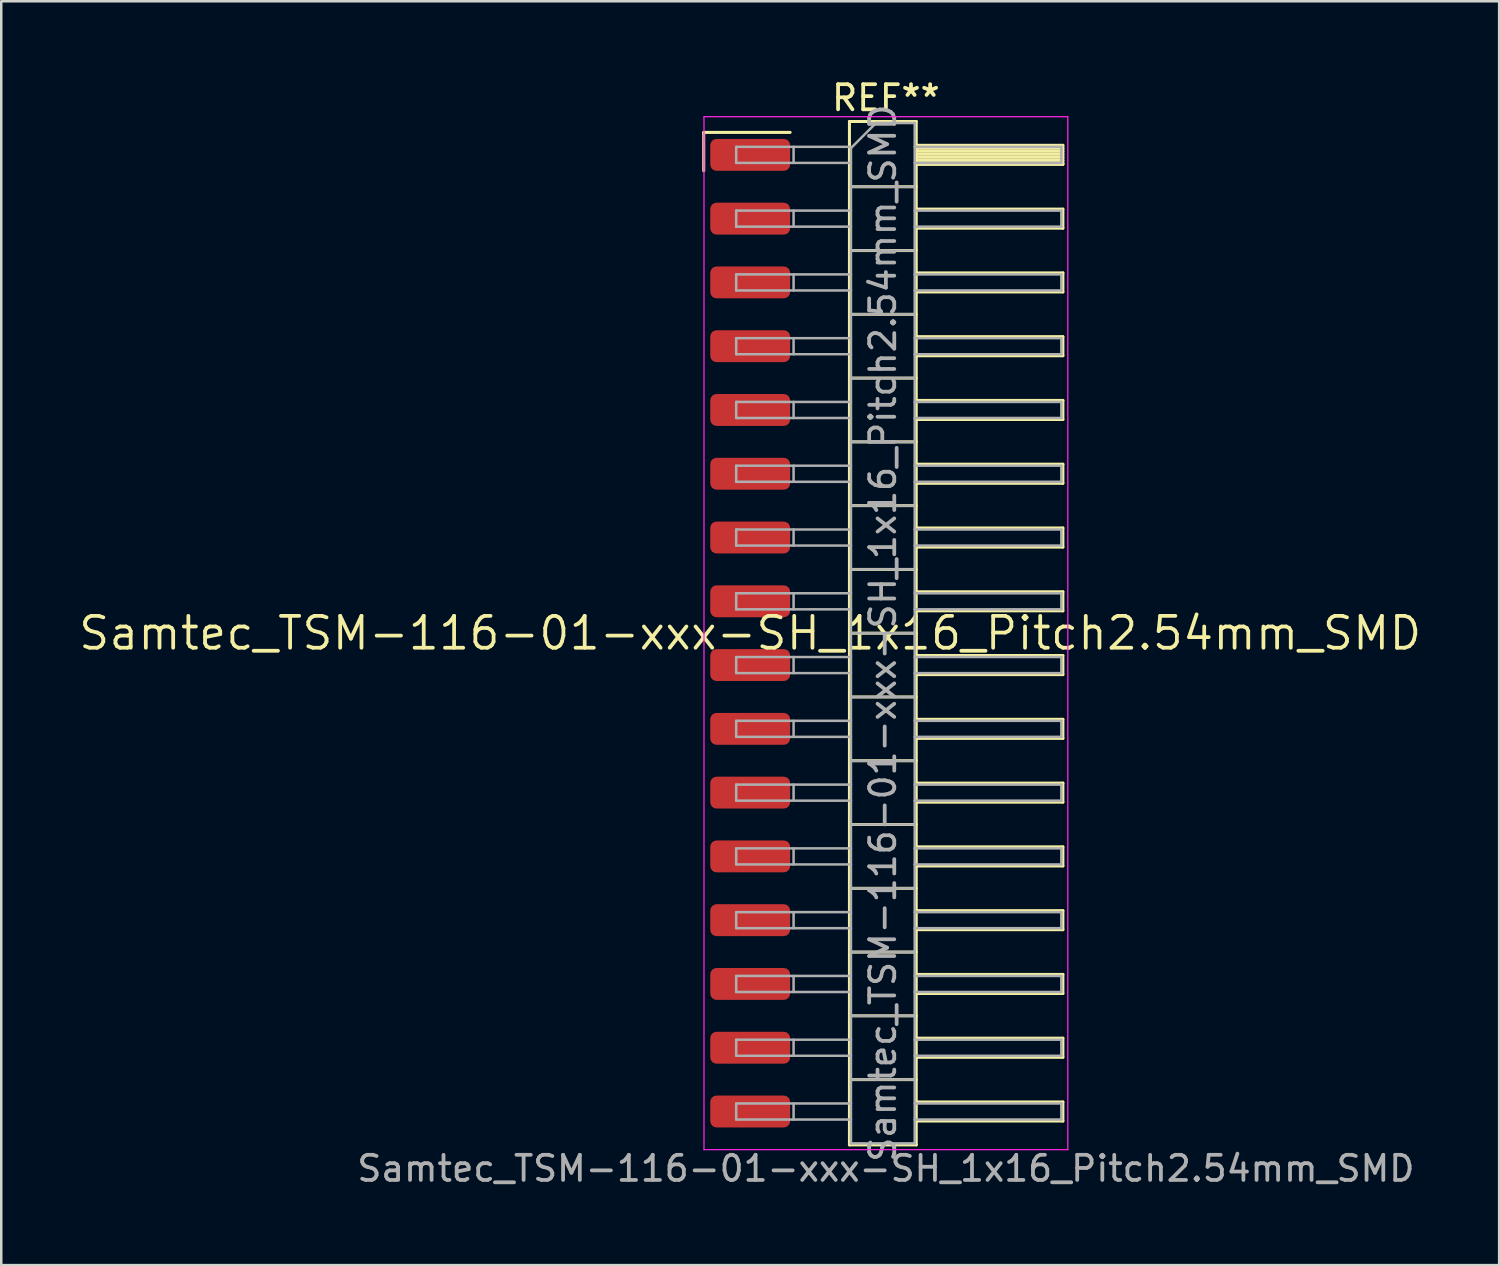
<source format=kicad_pcb>
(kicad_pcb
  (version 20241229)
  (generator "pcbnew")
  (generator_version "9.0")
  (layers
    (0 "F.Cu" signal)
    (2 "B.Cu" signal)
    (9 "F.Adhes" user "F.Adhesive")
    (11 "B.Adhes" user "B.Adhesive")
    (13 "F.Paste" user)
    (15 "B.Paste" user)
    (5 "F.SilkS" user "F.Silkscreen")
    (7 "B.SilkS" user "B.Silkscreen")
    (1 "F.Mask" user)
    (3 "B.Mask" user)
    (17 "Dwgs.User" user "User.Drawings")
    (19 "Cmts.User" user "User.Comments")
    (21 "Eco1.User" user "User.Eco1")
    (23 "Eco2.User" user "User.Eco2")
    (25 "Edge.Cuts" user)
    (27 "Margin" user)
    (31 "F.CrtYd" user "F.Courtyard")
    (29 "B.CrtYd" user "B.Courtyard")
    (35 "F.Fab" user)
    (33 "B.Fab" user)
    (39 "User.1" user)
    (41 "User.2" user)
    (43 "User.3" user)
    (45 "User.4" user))
  (footprint "Samtec_TSM-116-01-xxx-SH_1x16_Pitch2.54mm_SMD"
    (layer "F.Cu")
    (at 26.828 22.168)
    (property "Reference" "Samtec_TSM-116-01-xxx-SH_1x16_Pitch2.54mm_SMD" (at 0 0 0) (layer "F.SilkS") (effects (font (size 1.27 1.27) (thickness 0.15))))
    (attr smd)
    (fp_line (start -1.85 -19.945) (end 1.59 -19.945) (stroke (width 0.12) (type solid)) (layer "F.SilkS"))
    (fp_line (start -1.85 -18.415) (end -1.85 -19.945) (stroke (width 0.12) (type solid)) (layer "F.SilkS"))
    (fp_line (start 3.953 -20.38) (end 6.613 -20.38) (stroke (width 0.12) (type solid)) (layer "F.SilkS"))
    (fp_line (start 3.953 -17.78) (end 6.613 -17.78) (stroke (width 0.12) (type solid)) (layer "F.SilkS"))
    (fp_line (start 3.953 -15.24) (end 6.613 -15.24) (stroke (width 0.12) (type solid)) (layer "F.SilkS"))
    (fp_line (start 3.953 -12.7) (end 6.613 -12.7) (stroke (width 0.12) (type solid)) (layer "F.SilkS"))
    (fp_line (start 3.953 -10.16) (end 6.613 -10.16) (stroke (width 0.12) (type solid)) (layer "F.SilkS"))
    (fp_line (start 3.953 -7.62) (end 6.613 -7.62) (stroke (width 0.12) (type solid)) (layer "F.SilkS"))
    (fp_line (start 3.953 -5.08) (end 6.613 -5.08) (stroke (width 0.12) (type solid)) (layer "F.SilkS"))
    (fp_line (start 3.953 -2.54) (end 6.613 -2.54) (stroke (width 0.12) (type solid)) (layer "F.SilkS"))
    (fp_line (start 3.953 0) (end 6.613 0) (stroke (width 0.12) (type solid)) (layer "F.SilkS"))
    (fp_line (start 3.953 2.54) (end 6.613 2.54) (stroke (width 0.12) (type solid)) (layer "F.SilkS"))
    (fp_line (start 3.953 5.08) (end 6.613 5.08) (stroke (width 0.12) (type solid)) (layer "F.SilkS"))
    (fp_line (start 3.953 7.62) (end 6.613 7.62) (stroke (width 0.12) (type solid)) (layer "F.SilkS"))
    (fp_line (start 3.953 10.16) (end 6.613 10.16) (stroke (width 0.12) (type solid)) (layer "F.SilkS"))
    (fp_line (start 3.953 12.7) (end 6.613 12.7) (stroke (width 0.12) (type solid)) (layer "F.SilkS"))
    (fp_line (start 3.953 15.24) (end 6.613 15.24) (stroke (width 0.12) (type solid)) (layer "F.SilkS"))
    (fp_line (start 3.953 17.78) (end 6.613 17.78) (stroke (width 0.12) (type solid)) (layer "F.SilkS"))
    (fp_line (start 3.953 20.38) (end 3.953 -20.38) (stroke (width 0.12) (type solid)) (layer "F.SilkS"))
    (fp_line (start 6.613 -20.38) (end 6.613 20.38) (stroke (width 0.12) (type solid)) (layer "F.SilkS"))
    (fp_line (start 6.613 -19.43) (end 12.453 -19.43) (stroke (width 0.12) (type solid)) (layer "F.SilkS"))
    (fp_line (start 6.613 -19.31) (end 12.453 -19.31) (stroke (width 0.12) (type solid)) (layer "F.SilkS"))
    (fp_line (start 6.613 -19.19) (end 12.453 -19.19) (stroke (width 0.12) (type solid)) (layer "F.SilkS"))
    (fp_line (start 6.613 -19.07) (end 12.453 -19.07) (stroke (width 0.12) (type solid)) (layer "F.SilkS"))
    (fp_line (start 6.613 -18.95) (end 12.453 -18.95) (stroke (width 0.12) (type solid)) (layer "F.SilkS"))
    (fp_line (start 6.613 -18.83) (end 12.453 -18.83) (stroke (width 0.12) (type solid)) (layer "F.SilkS"))
    (fp_line (start 6.613 -18.71) (end 12.453 -18.71) (stroke (width 0.12) (type solid)) (layer "F.SilkS"))
    (fp_line (start 6.613 -18.67) (end 12.453 -18.67) (stroke (width 0.12) (type solid)) (layer "F.SilkS"))
    (fp_line (start 6.613 -16.89) (end 12.453 -16.89) (stroke (width 0.12) (type solid)) (layer "F.SilkS"))
    (fp_line (start 6.613 -16.13) (end 12.453 -16.13) (stroke (width 0.12) (type solid)) (layer "F.SilkS"))
    (fp_line (start 6.613 -14.35) (end 12.453 -14.35) (stroke (width 0.12) (type solid)) (layer "F.SilkS"))
    (fp_line (start 6.613 -13.59) (end 12.453 -13.59) (stroke (width 0.12) (type solid)) (layer "F.SilkS"))
    (fp_line (start 6.613 -11.81) (end 12.453 -11.81) (stroke (width 0.12) (type solid)) (layer "F.SilkS"))
    (fp_line (start 6.613 -11.05) (end 12.453 -11.05) (stroke (width 0.12) (type solid)) (layer "F.SilkS"))
    (fp_line (start 6.613 -9.27) (end 12.453 -9.27) (stroke (width 0.12) (type solid)) (layer "F.SilkS"))
    (fp_line (start 6.613 -8.51) (end 12.453 -8.51) (stroke (width 0.12) (type solid)) (layer "F.SilkS"))
    (fp_line (start 6.613 -6.73) (end 12.453 -6.73) (stroke (width 0.12) (type solid)) (layer "F.SilkS"))
    (fp_line (start 6.613 -5.97) (end 12.453 -5.97) (stroke (width 0.12) (type solid)) (layer "F.SilkS"))
    (fp_line (start 6.613 -4.19) (end 12.453 -4.19) (stroke (width 0.12) (type solid)) (layer "F.SilkS"))
    (fp_line (start 6.613 -3.43) (end 12.453 -3.43) (stroke (width 0.12) (type solid)) (layer "F.SilkS"))
    (fp_line (start 6.613 -1.65) (end 12.453 -1.65) (stroke (width 0.12) (type solid)) (layer "F.SilkS"))
    (fp_line (start 6.613 -0.89) (end 12.453 -0.89) (stroke (width 0.12) (type solid)) (layer "F.SilkS"))
    (fp_line (start 6.613 0.89) (end 12.453 0.89) (stroke (width 0.12) (type solid)) (layer "F.SilkS"))
    (fp_line (start 6.613 1.65) (end 12.453 1.65) (stroke (width 0.12) (type solid)) (layer "F.SilkS"))
    (fp_line (start 6.613 3.43) (end 12.453 3.43) (stroke (width 0.12) (type solid)) (layer "F.SilkS"))
    (fp_line (start 6.613 4.19) (end 12.453 4.19) (stroke (width 0.12) (type solid)) (layer "F.SilkS"))
    (fp_line (start 6.613 5.97) (end 12.453 5.97) (stroke (width 0.12) (type solid)) (layer "F.SilkS"))
    (fp_line (start 6.613 6.73) (end 12.453 6.73) (stroke (width 0.12) (type solid)) (layer "F.SilkS"))
    (fp_line (start 6.613 8.51) (end 12.453 8.51) (stroke (width 0.12) (type solid)) (layer "F.SilkS"))
    (fp_line (start 6.613 9.27) (end 12.453 9.27) (stroke (width 0.12) (type solid)) (layer "F.SilkS"))
    (fp_line (start 6.613 11.05) (end 12.453 11.05) (stroke (width 0.12) (type solid)) (layer "F.SilkS"))
    (fp_line (start 6.613 11.81) (end 12.453 11.81) (stroke (width 0.12) (type solid)) (layer "F.SilkS"))
    (fp_line (start 6.613 13.59) (end 12.453 13.59) (stroke (width 0.12) (type solid)) (layer "F.SilkS"))
    (fp_line (start 6.613 14.35) (end 12.453 14.35) (stroke (width 0.12) (type solid)) (layer "F.SilkS"))
    (fp_line (start 6.613 16.13) (end 12.453 16.13) (stroke (width 0.12) (type solid)) (layer "F.SilkS"))
    (fp_line (start 6.613 16.89) (end 12.453 16.89) (stroke (width 0.12) (type solid)) (layer "F.SilkS"))
    (fp_line (start 6.613 18.67) (end 12.453 18.67) (stroke (width 0.12) (type solid)) (layer "F.SilkS"))
    (fp_line (start 6.613 19.43) (end 12.453 19.43) (stroke (width 0.12) (type solid)) (layer "F.SilkS"))
    (fp_line (start 6.613 20.38) (end 3.953 20.38) (stroke (width 0.12) (type solid)) (layer "F.SilkS"))
    (fp_line (start 12.453 -19.43) (end 12.453 -18.67) (stroke (width 0.12) (type solid)) (layer "F.SilkS"))
    (fp_line (start 12.453 -16.89) (end 12.453 -16.13) (stroke (width 0.12) (type solid)) (layer "F.SilkS"))
    (fp_line (start 12.453 -14.35) (end 12.453 -13.59) (stroke (width 0.12) (type solid)) (layer "F.SilkS"))
    (fp_line (start 12.453 -11.81) (end 12.453 -11.05) (stroke (width 0.12) (type solid)) (layer "F.SilkS"))
    (fp_line (start 12.453 -9.27) (end 12.453 -8.51) (stroke (width 0.12) (type solid)) (layer "F.SilkS"))
    (fp_line (start 12.453 -6.73) (end 12.453 -5.97) (stroke (width 0.12) (type solid)) (layer "F.SilkS"))
    (fp_line (start 12.453 -4.19) (end 12.453 -3.43) (stroke (width 0.12) (type solid)) (layer "F.SilkS"))
    (fp_line (start 12.453 -1.65) (end 12.453 -0.89) (stroke (width 0.12) (type solid)) (layer "F.SilkS"))
    (fp_line (start 12.453 0.89) (end 12.453 1.65) (stroke (width 0.12) (type solid)) (layer "F.SilkS"))
    (fp_line (start 12.453 3.43) (end 12.453 4.19) (stroke (width 0.12) (type solid)) (layer "F.SilkS"))
    (fp_line (start 12.453 5.97) (end 12.453 6.73) (stroke (width 0.12) (type solid)) (layer "F.SilkS"))
    (fp_line (start 12.453 8.51) (end 12.453 9.27) (stroke (width 0.12) (type solid)) (layer "F.SilkS"))
    (fp_line (start 12.453 11.05) (end 12.453 11.81) (stroke (width 0.12) (type solid)) (layer "F.SilkS"))
    (fp_line (start 12.453 13.59) (end 12.453 14.35) (stroke (width 0.12) (type solid)) (layer "F.SilkS"))
    (fp_line (start 12.453 16.13) (end 12.453 16.89) (stroke (width 0.12) (type solid)) (layer "F.SilkS"))
    (fp_line (start 12.453 18.67) (end 12.453 19.43) (stroke (width 0.12) (type solid)) (layer "F.SilkS"))
    (fp_line (start -1.84 -20.57) (end 12.65 -20.57) (stroke (width 0.05) (type solid)) (layer "F.CrtYd"))
    (fp_line (start -1.84 20.57) (end -1.84 -20.57) (stroke (width 0.05) (type solid)) (layer "F.CrtYd"))
    (fp_line (start 12.65 -20.57) (end 12.65 20.57) (stroke (width 0.05) (type solid)) (layer "F.CrtYd"))
    (fp_line (start 12.65 20.57) (end -1.84 20.57) (stroke (width 0.05) (type solid)) (layer "F.CrtYd"))
    (fp_line (start -0.557 -19.37) (end -0.557 -18.73) (stroke (width 0.1) (type solid)) (layer "F.Fab"))
    (fp_line (start -0.557 -19.37) (end 4.013 -19.37) (stroke (width 0.1) (type solid)) (layer "F.Fab"))
    (fp_line (start -0.557 -18.73) (end 4.013 -18.73) (stroke (width 0.1) (type solid)) (layer "F.Fab"))
    (fp_line (start -0.557 -16.83) (end -0.557 -16.19) (stroke (width 0.1) (type solid)) (layer "F.Fab"))
    (fp_line (start -0.557 -16.83) (end 4.013 -16.83) (stroke (width 0.1) (type solid)) (layer "F.Fab"))
    (fp_line (start -0.557 -16.19) (end 4.013 -16.19) (stroke (width 0.1) (type solid)) (layer "F.Fab"))
    (fp_line (start -0.557 -14.29) (end -0.557 -13.65) (stroke (width 0.1) (type solid)) (layer "F.Fab"))
    (fp_line (start -0.557 -14.29) (end 4.013 -14.29) (stroke (width 0.1) (type solid)) (layer "F.Fab"))
    (fp_line (start -0.557 -13.65) (end 4.013 -13.65) (stroke (width 0.1) (type solid)) (layer "F.Fab"))
    (fp_line (start -0.557 -11.75) (end -0.557 -11.11) (stroke (width 0.1) (type solid)) (layer "F.Fab"))
    (fp_line (start -0.557 -11.75) (end 4.013 -11.75) (stroke (width 0.1) (type solid)) (layer "F.Fab"))
    (fp_line (start -0.557 -11.11) (end 4.013 -11.11) (stroke (width 0.1) (type solid)) (layer "F.Fab"))
    (fp_line (start -0.557 -9.21) (end -0.557 -8.57) (stroke (width 0.1) (type solid)) (layer "F.Fab"))
    (fp_line (start -0.557 -9.21) (end 4.013 -9.21) (stroke (width 0.1) (type solid)) (layer "F.Fab"))
    (fp_line (start -0.557 -8.57) (end 4.013 -8.57) (stroke (width 0.1) (type solid)) (layer "F.Fab"))
    (fp_line (start -0.557 -6.67) (end -0.557 -6.03) (stroke (width 0.1) (type solid)) (layer "F.Fab"))
    (fp_line (start -0.557 -6.67) (end 4.013 -6.67) (stroke (width 0.1) (type solid)) (layer "F.Fab"))
    (fp_line (start -0.557 -6.03) (end 4.013 -6.03) (stroke (width 0.1) (type solid)) (layer "F.Fab"))
    (fp_line (start -0.557 -4.13) (end -0.557 -3.49) (stroke (width 0.1) (type solid)) (layer "F.Fab"))
    (fp_line (start -0.557 -4.13) (end 4.013 -4.13) (stroke (width 0.1) (type solid)) (layer "F.Fab"))
    (fp_line (start -0.557 -3.49) (end 4.013 -3.49) (stroke (width 0.1) (type solid)) (layer "F.Fab"))
    (fp_line (start -0.557 -1.59) (end -0.557 -0.95) (stroke (width 0.1) (type solid)) (layer "F.Fab"))
    (fp_line (start -0.557 -1.59) (end 4.013 -1.59) (stroke (width 0.1) (type solid)) (layer "F.Fab"))
    (fp_line (start -0.557 -0.95) (end 4.013 -0.95) (stroke (width 0.1) (type solid)) (layer "F.Fab"))
    (fp_line (start -0.557 0.95) (end -0.557 1.59) (stroke (width 0.1) (type solid)) (layer "F.Fab"))
    (fp_line (start -0.557 0.95) (end 4.013 0.95) (stroke (width 0.1) (type solid)) (layer "F.Fab"))
    (fp_line (start -0.557 1.59) (end 4.013 1.59) (stroke (width 0.1) (type solid)) (layer "F.Fab"))
    (fp_line (start -0.557 3.49) (end -0.557 4.13) (stroke (width 0.1) (type solid)) (layer "F.Fab"))
    (fp_line (start -0.557 3.49) (end 4.013 3.49) (stroke (width 0.1) (type solid)) (layer "F.Fab"))
    (fp_line (start -0.557 4.13) (end 4.013 4.13) (stroke (width 0.1) (type solid)) (layer "F.Fab"))
    (fp_line (start -0.557 6.03) (end -0.557 6.67) (stroke (width 0.1) (type solid)) (layer "F.Fab"))
    (fp_line (start -0.557 6.03) (end 4.013 6.03) (stroke (width 0.1) (type solid)) (layer "F.Fab"))
    (fp_line (start -0.557 6.67) (end 4.013 6.67) (stroke (width 0.1) (type solid)) (layer "F.Fab"))
    (fp_line (start -0.557 8.57) (end -0.557 9.21) (stroke (width 0.1) (type solid)) (layer "F.Fab"))
    (fp_line (start -0.557 8.57) (end 4.013 8.57) (stroke (width 0.1) (type solid)) (layer "F.Fab"))
    (fp_line (start -0.557 9.21) (end 4.013 9.21) (stroke (width 0.1) (type solid)) (layer "F.Fab"))
    (fp_line (start -0.557 11.11) (end -0.557 11.75) (stroke (width 0.1) (type solid)) (layer "F.Fab"))
    (fp_line (start -0.557 11.11) (end 4.013 11.11) (stroke (width 0.1) (type solid)) (layer "F.Fab"))
    (fp_line (start -0.557 11.75) (end 4.013 11.75) (stroke (width 0.1) (type solid)) (layer "F.Fab"))
    (fp_line (start -0.557 13.65) (end -0.557 14.29) (stroke (width 0.1) (type solid)) (layer "F.Fab"))
    (fp_line (start -0.557 13.65) (end 4.013 13.65) (stroke (width 0.1) (type solid)) (layer "F.Fab"))
    (fp_line (start -0.557 14.29) (end 4.013 14.29) (stroke (width 0.1) (type solid)) (layer "F.Fab"))
    (fp_line (start -0.557 16.19) (end -0.557 16.83) (stroke (width 0.1) (type solid)) (layer "F.Fab"))
    (fp_line (start -0.557 16.19) (end 4.013 16.19) (stroke (width 0.1) (type solid)) (layer "F.Fab"))
    (fp_line (start -0.557 16.83) (end 4.013 16.83) (stroke (width 0.1) (type solid)) (layer "F.Fab"))
    (fp_line (start -0.557 18.73) (end -0.557 19.37) (stroke (width 0.1) (type solid)) (layer "F.Fab"))
    (fp_line (start -0.557 18.73) (end 4.013 18.73) (stroke (width 0.1) (type solid)) (layer "F.Fab"))
    (fp_line (start -0.557 19.37) (end 4.013 19.37) (stroke (width 0.1) (type solid)) (layer "F.Fab"))
    (fp_line (start 1.728 -19.37) (end 1.728 -18.73) (stroke (width 0.1) (type solid)) (layer "F.Fab"))
    (fp_line (start 1.728 -16.83) (end 1.728 -16.19) (stroke (width 0.1) (type solid)) (layer "F.Fab"))
    (fp_line (start 1.728 -14.29) (end 1.728 -13.65) (stroke (width 0.1) (type solid)) (layer "F.Fab"))
    (fp_line (start 1.728 -11.75) (end 1.728 -11.11) (stroke (width 0.1) (type solid)) (layer "F.Fab"))
    (fp_line (start 1.728 -9.21) (end 1.728 -8.57) (stroke (width 0.1) (type solid)) (layer "F.Fab"))
    (fp_line (start 1.728 -6.67) (end 1.728 -6.03) (stroke (width 0.1) (type solid)) (layer "F.Fab"))
    (fp_line (start 1.728 -4.13) (end 1.728 -3.49) (stroke (width 0.1) (type solid)) (layer "F.Fab"))
    (fp_line (start 1.728 -1.59) (end 1.728 -0.95) (stroke (width 0.1) (type solid)) (layer "F.Fab"))
    (fp_line (start 1.728 0.95) (end 1.728 1.59) (stroke (width 0.1) (type solid)) (layer "F.Fab"))
    (fp_line (start 1.728 3.49) (end 1.728 4.13) (stroke (width 0.1) (type solid)) (layer "F.Fab"))
    (fp_line (start 1.728 6.03) (end 1.728 6.67) (stroke (width 0.1) (type solid)) (layer "F.Fab"))
    (fp_line (start 1.728 8.57) (end 1.728 9.21) (stroke (width 0.1) (type solid)) (layer "F.Fab"))
    (fp_line (start 1.728 11.11) (end 1.728 11.75) (stroke (width 0.1) (type solid)) (layer "F.Fab"))
    (fp_line (start 1.728 13.65) (end 1.728 14.29) (stroke (width 0.1) (type solid)) (layer "F.Fab"))
    (fp_line (start 1.728 16.19) (end 1.728 16.83) (stroke (width 0.1) (type solid)) (layer "F.Fab"))
    (fp_line (start 1.728 18.73) (end 1.728 19.37) (stroke (width 0.1) (type solid)) (layer "F.Fab"))
    (fp_line (start 4.013 -19.32) (end 5.013 -20.32) (stroke (width 0.1) (type solid)) (layer "F.Fab"))
    (fp_line (start 4.013 -17.78) (end 6.553 -17.78) (stroke (width 0.1) (type solid)) (layer "F.Fab"))
    (fp_line (start 4.013 -15.24) (end 6.553 -15.24) (stroke (width 0.1) (type solid)) (layer "F.Fab"))
    (fp_line (start 4.013 -12.7) (end 6.553 -12.7) (stroke (width 0.1) (type solid)) (layer "F.Fab"))
    (fp_line (start 4.013 -10.16) (end 6.553 -10.16) (stroke (width 0.1) (type solid)) (layer "F.Fab"))
    (fp_line (start 4.013 -7.62) (end 6.553 -7.62) (stroke (width 0.1) (type solid)) (layer "F.Fab"))
    (fp_line (start 4.013 -5.08) (end 6.553 -5.08) (stroke (width 0.1) (type solid)) (layer "F.Fab"))
    (fp_line (start 4.013 -2.54) (end 6.553 -2.54) (stroke (width 0.1) (type solid)) (layer "F.Fab"))
    (fp_line (start 4.013 0) (end 6.553 0) (stroke (width 0.1) (type solid)) (layer "F.Fab"))
    (fp_line (start 4.013 2.54) (end 6.553 2.54) (stroke (width 0.1) (type solid)) (layer "F.Fab"))
    (fp_line (start 4.013 5.08) (end 6.553 5.08) (stroke (width 0.1) (type solid)) (layer "F.Fab"))
    (fp_line (start 4.013 7.62) (end 6.553 7.62) (stroke (width 0.1) (type solid)) (layer "F.Fab"))
    (fp_line (start 4.013 10.16) (end 6.553 10.16) (stroke (width 0.1) (type solid)) (layer "F.Fab"))
    (fp_line (start 4.013 12.7) (end 6.553 12.7) (stroke (width 0.1) (type solid)) (layer "F.Fab"))
    (fp_line (start 4.013 15.24) (end 6.553 15.24) (stroke (width 0.1) (type solid)) (layer "F.Fab"))
    (fp_line (start 4.013 17.78) (end 6.553 17.78) (stroke (width 0.1) (type solid)) (layer "F.Fab"))
    (fp_line (start 4.013 20.32) (end 4.013 -19.32) (stroke (width 0.1) (type solid)) (layer "F.Fab"))
    (fp_line (start 5.013 -20.32) (end 6.553 -20.32) (stroke (width 0.1) (type solid)) (layer "F.Fab"))
    (fp_line (start 6.553 -20.32) (end 6.553 20.32) (stroke (width 0.1) (type solid)) (layer "F.Fab"))
    (fp_line (start 6.553 -19.37) (end 12.393 -19.37) (stroke (width 0.1) (type solid)) (layer "F.Fab"))
    (fp_line (start 6.553 -18.73) (end 12.393 -18.73) (stroke (width 0.1) (type solid)) (layer "F.Fab"))
    (fp_line (start 6.553 -16.83) (end 12.393 -16.83) (stroke (width 0.1) (type solid)) (layer "F.Fab"))
    (fp_line (start 6.553 -16.19) (end 12.393 -16.19) (stroke (width 0.1) (type solid)) (layer "F.Fab"))
    (fp_line (start 6.553 -14.29) (end 12.393 -14.29) (stroke (width 0.1) (type solid)) (layer "F.Fab"))
    (fp_line (start 6.553 -13.65) (end 12.393 -13.65) (stroke (width 0.1) (type solid)) (layer "F.Fab"))
    (fp_line (start 6.553 -11.75) (end 12.393 -11.75) (stroke (width 0.1) (type solid)) (layer "F.Fab"))
    (fp_line (start 6.553 -11.11) (end 12.393 -11.11) (stroke (width 0.1) (type solid)) (layer "F.Fab"))
    (fp_line (start 6.553 -9.21) (end 12.393 -9.21) (stroke (width 0.1) (type solid)) (layer "F.Fab"))
    (fp_line (start 6.553 -8.57) (end 12.393 -8.57) (stroke (width 0.1) (type solid)) (layer "F.Fab"))
    (fp_line (start 6.553 -6.67) (end 12.393 -6.67) (stroke (width 0.1) (type solid)) (layer "F.Fab"))
    (fp_line (start 6.553 -6.03) (end 12.393 -6.03) (stroke (width 0.1) (type solid)) (layer "F.Fab"))
    (fp_line (start 6.553 -4.13) (end 12.393 -4.13) (stroke (width 0.1) (type solid)) (layer "F.Fab"))
    (fp_line (start 6.553 -3.49) (end 12.393 -3.49) (stroke (width 0.1) (type solid)) (layer "F.Fab"))
    (fp_line (start 6.553 -1.59) (end 12.393 -1.59) (stroke (width 0.1) (type solid)) (layer "F.Fab"))
    (fp_line (start 6.553 -0.95) (end 12.393 -0.95) (stroke (width 0.1) (type solid)) (layer "F.Fab"))
    (fp_line (start 6.553 0.95) (end 12.393 0.95) (stroke (width 0.1) (type solid)) (layer "F.Fab"))
    (fp_line (start 6.553 1.59) (end 12.393 1.59) (stroke (width 0.1) (type solid)) (layer "F.Fab"))
    (fp_line (start 6.553 3.49) (end 12.393 3.49) (stroke (width 0.1) (type solid)) (layer "F.Fab"))
    (fp_line (start 6.553 4.13) (end 12.393 4.13) (stroke (width 0.1) (type solid)) (layer "F.Fab"))
    (fp_line (start 6.553 6.03) (end 12.393 6.03) (stroke (width 0.1) (type solid)) (layer "F.Fab"))
    (fp_line (start 6.553 6.67) (end 12.393 6.67) (stroke (width 0.1) (type solid)) (layer "F.Fab"))
    (fp_line (start 6.553 8.57) (end 12.393 8.57) (stroke (width 0.1) (type solid)) (layer "F.Fab"))
    (fp_line (start 6.553 9.21) (end 12.393 9.21) (stroke (width 0.1) (type solid)) (layer "F.Fab"))
    (fp_line (start 6.553 11.11) (end 12.393 11.11) (stroke (width 0.1) (type solid)) (layer "F.Fab"))
    (fp_line (start 6.553 11.75) (end 12.393 11.75) (stroke (width 0.1) (type solid)) (layer "F.Fab"))
    (fp_line (start 6.553 13.65) (end 12.393 13.65) (stroke (width 0.1) (type solid)) (layer "F.Fab"))
    (fp_line (start 6.553 14.29) (end 12.393 14.29) (stroke (width 0.1) (type solid)) (layer "F.Fab"))
    (fp_line (start 6.553 16.19) (end 12.393 16.19) (stroke (width 0.1) (type solid)) (layer "F.Fab"))
    (fp_line (start 6.553 16.83) (end 12.393 16.83) (stroke (width 0.1) (type solid)) (layer "F.Fab"))
    (fp_line (start 6.553 18.73) (end 12.393 18.73) (stroke (width 0.1) (type solid)) (layer "F.Fab"))
    (fp_line (start 6.553 19.37) (end 12.393 19.37) (stroke (width 0.1) (type solid)) (layer "F.Fab"))
    (fp_line (start 6.553 20.32) (end 4.013 20.32) (stroke (width 0.1) (type solid)) (layer "F.Fab"))
    (fp_line (start 12.393 -19.37) (end 12.393 -18.73) (stroke (width 0.1) (type solid)) (layer "F.Fab"))
    (fp_line (start 12.393 -16.83) (end 12.393 -16.19) (stroke (width 0.1) (type solid)) (layer "F.Fab"))
    (fp_line (start 12.393 -14.29) (end 12.393 -13.65) (stroke (width 0.1) (type solid)) (layer "F.Fab"))
    (fp_line (start 12.393 -11.75) (end 12.393 -11.11) (stroke (width 0.1) (type solid)) (layer "F.Fab"))
    (fp_line (start 12.393 -9.21) (end 12.393 -8.57) (stroke (width 0.1) (type solid)) (layer "F.Fab"))
    (fp_line (start 12.393 -6.67) (end 12.393 -6.03) (stroke (width 0.1) (type solid)) (layer "F.Fab"))
    (fp_line (start 12.393 -4.13) (end 12.393 -3.49) (stroke (width 0.1) (type solid)) (layer "F.Fab"))
    (fp_line (start 12.393 -1.59) (end 12.393 -0.95) (stroke (width 0.1) (type solid)) (layer "F.Fab"))
    (fp_line (start 12.393 0.95) (end 12.393 1.59) (stroke (width 0.1) (type solid)) (layer "F.Fab"))
    (fp_line (start 12.393 3.49) (end 12.393 4.13) (stroke (width 0.1) (type solid)) (layer "F.Fab"))
    (fp_line (start 12.393 6.03) (end 12.393 6.67) (stroke (width 0.1) (type solid)) (layer "F.Fab"))
    (fp_line (start 12.393 8.57) (end 12.393 9.21) (stroke (width 0.1) (type solid)) (layer "F.Fab"))
    (fp_line (start 12.393 11.11) (end 12.393 11.75) (stroke (width 0.1) (type solid)) (layer "F.Fab"))
    (fp_line (start 12.393 13.65) (end 12.393 14.29) (stroke (width 0.1) (type solid)) (layer "F.Fab"))
    (fp_line (start 12.393 16.19) (end 12.393 16.83) (stroke (width 0.1) (type solid)) (layer "F.Fab"))
    (fp_line (start 12.393 18.73) (end 12.393 19.37) (stroke (width 0.1) (type solid)) (layer "F.Fab"))
    (fp_text user "REF**" (at 5.405 -21.32 0) (layer "F.SilkS") (effects (font (size 1 1) (thickness 0.15))))
    (fp_text user "Samtec_TSM-116-01-xxx-SH_1x16_Pitch2.54mm_SMD" (at 5.405 21.32 0) (layer "F.Fab") (effects (font (size 1 1) (thickness 0.15))))
    (fp_text user "${REFERENCE}" (at 5.283 0 90) (layer "F.Fab") (effects (font (size 1 1) (thickness 0.15))))
    (pad "1" smd roundrect (at 0 -19.05) (size 3.18 1.27) (layers "F.Cu" "F.Mask" "F.Paste") (roundrect_rratio 0.197))
    (pad "2" smd roundrect (at 0 -16.51) (size 3.18 1.27) (layers "F.Cu" "F.Mask" "F.Paste") (roundrect_rratio 0.197))
    (pad "3" smd roundrect (at 0 -13.97) (size 3.18 1.27) (layers "F.Cu" "F.Mask" "F.Paste") (roundrect_rratio 0.197))
    (pad "4" smd roundrect (at 0 -11.43) (size 3.18 1.27) (layers "F.Cu" "F.Mask" "F.Paste") (roundrect_rratio 0.197))
    (pad "5" smd roundrect (at 0 -8.89) (size 3.18 1.27) (layers "F.Cu" "F.Mask" "F.Paste") (roundrect_rratio 0.197))
    (pad "6" smd roundrect (at 0 -6.35) (size 3.18 1.27) (layers "F.Cu" "F.Mask" "F.Paste") (roundrect_rratio 0.197))
    (pad "7" smd roundrect (at 0 -3.81) (size 3.18 1.27) (layers "F.Cu" "F.Mask" "F.Paste") (roundrect_rratio 0.197))
    (pad "8" smd roundrect (at 0 -1.27) (size 3.18 1.27) (layers "F.Cu" "F.Mask" "F.Paste") (roundrect_rratio 0.197))
    (pad "9" smd roundrect (at 0 1.27) (size 3.18 1.27) (layers "F.Cu" "F.Mask" "F.Paste") (roundrect_rratio 0.197))
    (pad "10" smd roundrect (at 0 3.81) (size 3.18 1.27) (layers "F.Cu" "F.Mask" "F.Paste") (roundrect_rratio 0.197))
    (pad "11" smd roundrect (at 0 6.35) (size 3.18 1.27) (layers "F.Cu" "F.Mask" "F.Paste") (roundrect_rratio 0.197))
    (pad "12" smd roundrect (at 0 8.89) (size 3.18 1.27) (layers "F.Cu" "F.Mask" "F.Paste") (roundrect_rratio 0.197))
    (pad "13" smd roundrect (at 0 11.43) (size 3.18 1.27) (layers "F.Cu" "F.Mask" "F.Paste") (roundrect_rratio 0.197))
    (pad "14" smd roundrect (at 0 13.97) (size 3.18 1.27) (layers "F.Cu" "F.Mask" "F.Paste") (roundrect_rratio 0.197))
    (pad "15" smd roundrect (at 0 16.51) (size 3.18 1.27) (layers "F.Cu" "F.Mask" "F.Paste") (roundrect_rratio 0.197))
    (pad "16" smd roundrect (at 0 19.05) (size 3.18 1.27) (layers "F.Cu" "F.Mask" "F.Paste") (roundrect_rratio 0.197)))
  (gr_rect
    (start -3 -3)
    (end 56.657 47.337)
    (stroke (width 0.1) (type default))
    (fill no)
    (layer "Edge.Cuts")))
</source>
